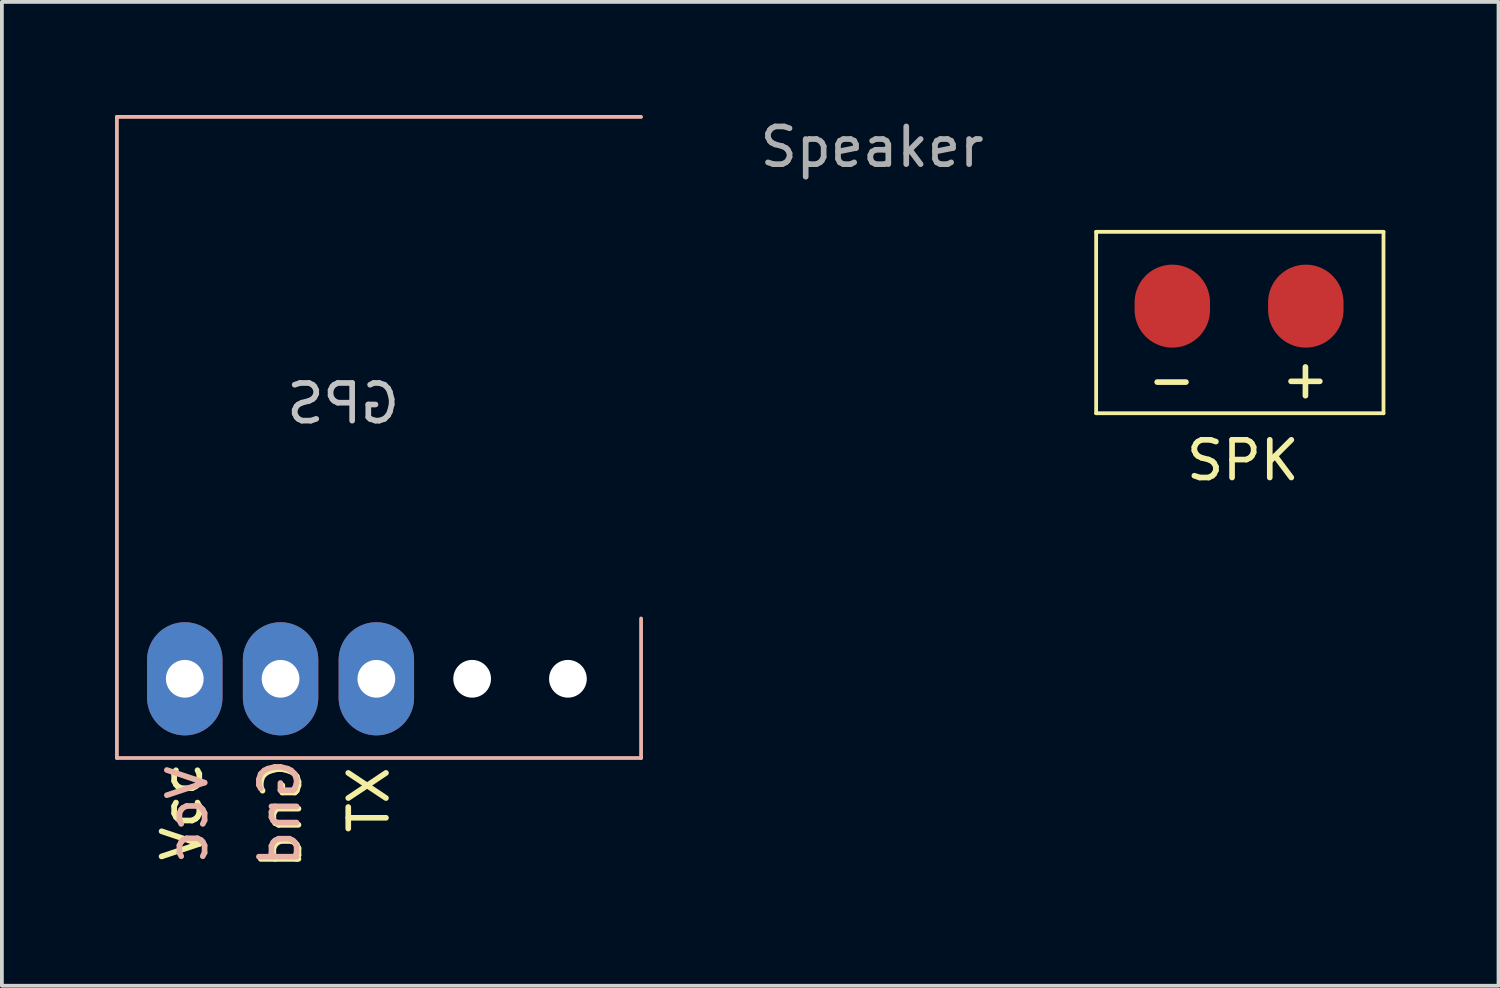
<source format=kicad_pcb>
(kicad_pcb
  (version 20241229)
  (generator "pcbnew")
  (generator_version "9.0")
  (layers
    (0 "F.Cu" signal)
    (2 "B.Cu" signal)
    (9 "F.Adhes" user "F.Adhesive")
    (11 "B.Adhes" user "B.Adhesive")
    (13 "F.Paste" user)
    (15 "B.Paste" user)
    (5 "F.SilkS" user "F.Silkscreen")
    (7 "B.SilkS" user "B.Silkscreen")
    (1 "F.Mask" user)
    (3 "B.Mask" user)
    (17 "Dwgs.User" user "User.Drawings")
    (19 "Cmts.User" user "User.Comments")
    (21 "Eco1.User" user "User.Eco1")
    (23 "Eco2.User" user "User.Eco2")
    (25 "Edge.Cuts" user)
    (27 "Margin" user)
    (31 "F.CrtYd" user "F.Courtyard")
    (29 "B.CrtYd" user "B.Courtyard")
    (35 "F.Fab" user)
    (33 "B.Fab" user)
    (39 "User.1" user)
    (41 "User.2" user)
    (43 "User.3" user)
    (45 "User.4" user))
  (footprint "Speaker"
    (layer "F.Cu")
    (at 26.017 7.608)
    (property "Reference" "Speaker" (at -5.94 -6.76 0) (layer "F.Fab") (effects (font (size 1 1) (thickness 0.15))))
    (attr through_hole)
    (fp_line (start 0 -4.51) (end 7.62 -4.51) (stroke (width 0.1) (type solid)) (layer "F.SilkS"))
    (fp_line (start 0 0.3) (end 0 -4.51) (stroke (width 0.1) (type solid)) (layer "F.SilkS"))
    (fp_line (start 7.62 -4.51) (end 7.62 0.3) (stroke (width 0.1) (type solid)) (layer "F.SilkS"))
    (fp_line (start 7.62 0.3) (end 0 0.3) (stroke (width 0.1) (type solid)) (layer "F.SilkS"))
    (fp_text user "SPK" (at 3.89 1.55 0) (layer "F.SilkS") (effects (font (size 1 1) (thickness 0.15))))
    (fp_text user "-" (at 2 -0.6 0) (layer "F.SilkS") (effects (font (size 1 1) (thickness 0.15))))
    (fp_text user "+" (at 5.55 -0.62 0) (layer "F.SilkS") (effects (font (size 1 1) (thickness 0.15))))
    (pad "1" smd oval (at 5.56 -2.54) (size 2 2.2) (layers "F.Cu" "F.Mask"))
    (pad "2" smd oval (at 2.02 -2.54) (size 2 2.2) (layers "F.Cu" "F.Mask")))
  (footprint "GPS"
    (layer "F.Cu")
    (at 1.85 14.95)
    (property "Reference" "GPS" (at 4.2 -7.3 180) (layer "Dwgs.User") (effects (font (size 1 1) (thickness 0.15)) (justify mirror)))
    (attr through_hole)
    (fp_line (start -1.8 -14.9) (end 12.1 -14.9) (stroke (width 0.1) (type solid)) (layer "B.SilkS"))
    (fp_line (start -1.8 2.1) (end -1.8 -14.9) (stroke (width 0.1) (type solid)) (layer "B.SilkS"))
    (fp_line (start 12.1 -1.6) (end 12.1 2.1) (stroke (width 0.1) (type solid)) (layer "B.SilkS"))
    (fp_line (start 12.1 2.1) (end -1.8 2.1) (stroke (width 0.1) (type solid)) (layer "B.SilkS"))
    (fp_text user "Gnd" (at 2.56 3.61 270) (layer "F.SilkS") (effects (font (size 1 1) (thickness 0.15)) (justify mirror)))
    (fp_text user "Vcc" (at -0.07 3.52 270) (layer "F.SilkS") (effects (font (size 1 1) (thickness 0.15))))
    (fp_text user "TX" (at 4.88 3.21 270) (layer "F.SilkS") (effects (font (size 1 1) (thickness 0.15))))
    (fp_text user "Gnd" (at 2.51 3.55 90) (layer "B.SilkS") (effects (font (size 1 1) (thickness 0.15)) (justify mirror)))
    (fp_text user "Vcc" (at 0.07 3.61 90) (layer "B.SilkS") (effects (font (size 1 1) (thickness 0.15)) (justify mirror)))
    (pad "" np_thru_hole circle (at 7.62 0) (size 1 1) (drill 1) (layers "*.Cu" "*.Mask"))
    (pad "" np_thru_hole circle (at 10.16 0) (size 1 1) (drill 1) (layers "*.Cu" "*.Mask"))
    (pad "1" thru_hole oval (at 0 0) (size 2 3) (drill 1) (layers "*.Cu" "*.Mask"))
    (pad "2" thru_hole oval (at 2.54 0) (size 2 3) (drill 1) (layers "*.Cu" "*.Mask"))
    (pad "3" thru_hole oval (at 5.08 0) (size 2 3) (drill 1) (layers "*.Cu" "*.Mask")))
  (gr_rect
    (start -3 -3)
    (end 36.687 23.09)
    (stroke (width 0.1) (type default))
    (fill no)
    (layer "Edge.Cuts")))
</source>
